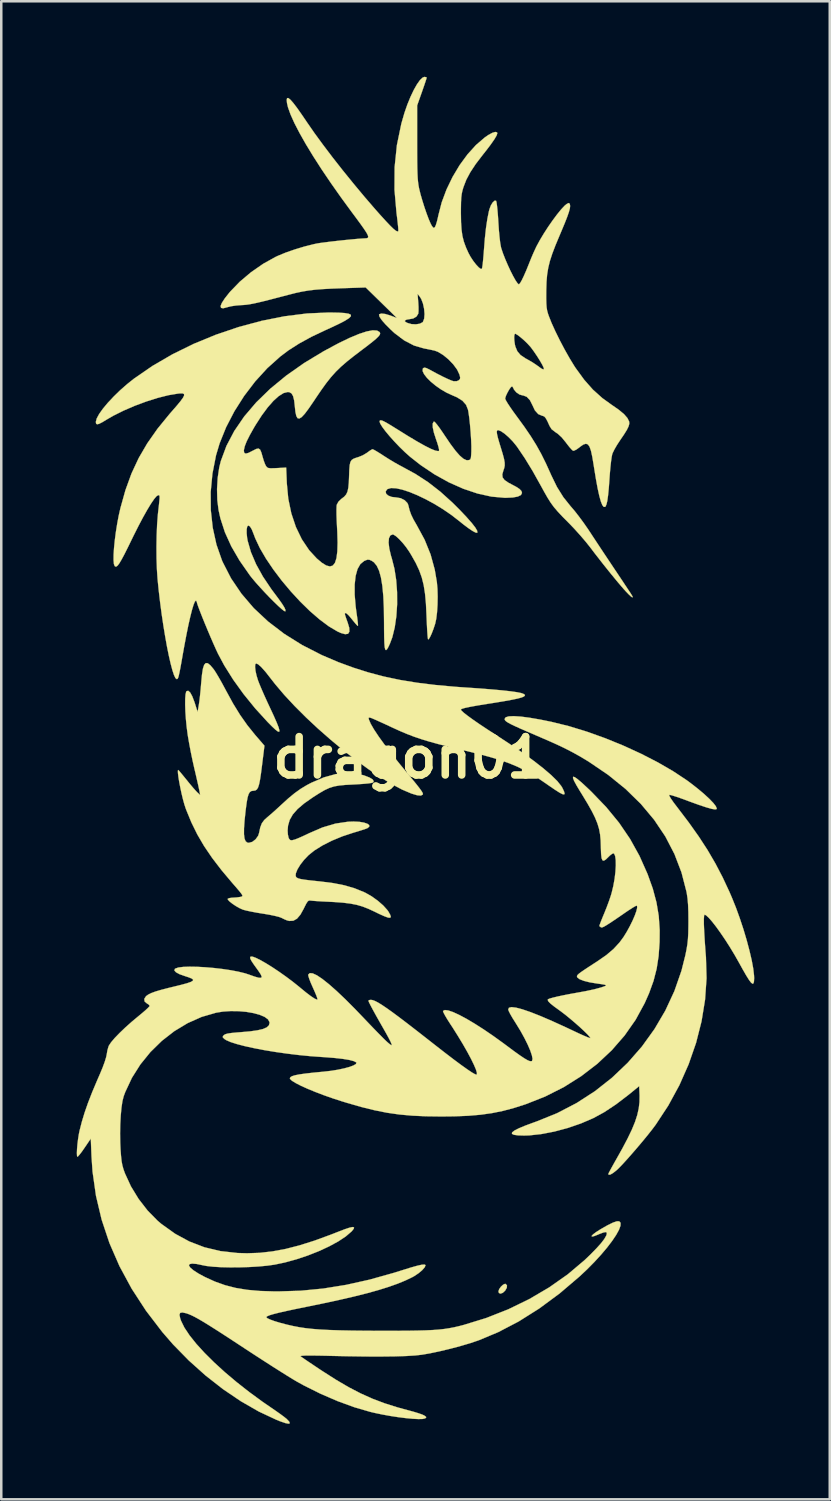
<source format=kicad_pcb>
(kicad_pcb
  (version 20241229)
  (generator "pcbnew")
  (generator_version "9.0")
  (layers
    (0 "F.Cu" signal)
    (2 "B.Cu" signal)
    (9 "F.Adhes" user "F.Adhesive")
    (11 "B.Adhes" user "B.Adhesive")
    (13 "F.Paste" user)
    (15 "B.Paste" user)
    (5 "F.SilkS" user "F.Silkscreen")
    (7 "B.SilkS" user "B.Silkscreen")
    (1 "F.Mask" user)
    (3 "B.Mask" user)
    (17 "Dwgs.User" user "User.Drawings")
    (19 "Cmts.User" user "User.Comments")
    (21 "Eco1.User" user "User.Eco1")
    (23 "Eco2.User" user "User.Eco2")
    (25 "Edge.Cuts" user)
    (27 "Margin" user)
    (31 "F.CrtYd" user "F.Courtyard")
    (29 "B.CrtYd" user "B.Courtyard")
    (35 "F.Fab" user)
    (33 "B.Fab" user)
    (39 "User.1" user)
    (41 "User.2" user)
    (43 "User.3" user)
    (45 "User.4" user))
  (footprint "dragon01"
    (layer "F.Cu")
    (at 13.191 27.054)
    (property "Reference" "dragon01" (at 0 0 0) (layer "F.SilkS") (effects (font (size 1.524 1.524) (thickness 0.3))))
    (attr through_hole)
    (fp_poly (pts (xy 3.845 20.911) (xy 3.904 20.968) (xy 3.897 21.067) (xy 3.831 21.181) (xy 3.736 21.268) (xy 3.646 21.299) (xy 3.583 21.273) (xy 3.565 21.209) (xy 3.594 21.12) (xy 3.664 21.022) (xy 3.751 20.943) (xy 3.828 20.909) (xy 3.845 20.911)) (stroke (width 0.01) (type solid)) (fill yes) (layer "F.SilkS"))
    (fp_poly (pts (xy 4.456 -1.63) (xy 4.807 -1.584) (xy 5.229 -1.511) (xy 5.682 -1.419) (xy 6.369 -1.249) (xy 7.083 -1.03) (xy 7.809 -0.77) (xy 8.53 -0.476) (xy 9.23 -0.155) (xy 9.894 0.186) (xy 10.505 0.54) (xy 11.049 0.9) (xy 11.207 1.017) (xy 11.491 1.239) (xy 11.74 1.449) (xy 11.946 1.639) (xy 12.103 1.802) (xy 12.203 1.932) (xy 12.24 2.021) (xy 12.235 2.045) (xy 12.177 2.059) (xy 12.041 2.037) (xy 11.828 1.977) (xy 11.535 1.88) (xy 11.164 1.746) (xy 11.037 1.698) (xy 10.815 1.617) (xy 10.619 1.55) (xy 10.467 1.502) (xy 10.375 1.48) (xy 10.357 1.479) (xy 10.355 1.519) (xy 10.413 1.622) (xy 10.529 1.789) (xy 10.677 1.983) (xy 11.132 2.582) (xy 11.529 3.142) (xy 11.878 3.679) (xy 12.189 4.213) (xy 12.474 4.759) (xy 12.743 5.335) (xy 12.846 5.574) (xy 13.005 5.969) (xy 13.157 6.39) (xy 13.3 6.823) (xy 13.428 7.253) (xy 13.538 7.666) (xy 13.627 8.047) (xy 13.689 8.382) (xy 13.721 8.657) (xy 13.725 8.759) (xy 13.719 8.89) (xy 13.7 8.967) (xy 13.663 8.986) (xy 13.605 8.943) (xy 13.522 8.834) (xy 13.41 8.656) (xy 13.266 8.405) (xy 13.127 8.153) (xy 12.952 7.844) (xy 12.766 7.536) (xy 12.576 7.239) (xy 12.389 6.964) (xy 12.213 6.719) (xy 12.053 6.514) (xy 11.917 6.36) (xy 11.813 6.265) (xy 11.754 6.239) (xy 11.736 6.282) (xy 11.727 6.411) (xy 11.728 6.62) (xy 11.74 6.906) (xy 11.761 7.266) (xy 11.791 7.695) (xy 11.81 7.929) (xy 11.834 8.766) (xy 11.775 9.618) (xy 11.635 10.477) (xy 11.417 11.335) (xy 11.122 12.184) (xy 10.754 13.016) (xy 10.315 13.823) (xy 9.813 14.587) (xy 9.675 14.771) (xy 9.499 14.994) (xy 9.297 15.24) (xy 9.082 15.495) (xy 8.866 15.745) (xy 8.661 15.977) (xy 8.479 16.176) (xy 8.332 16.327) (xy 8.263 16.392) (xy 8.119 16.506) (xy 8.01 16.569) (xy 7.945 16.574) (xy 7.932 16.543) (xy 7.953 16.494) (xy 8.011 16.384) (xy 8.097 16.227) (xy 8.202 16.039) (xy 8.226 15.998) (xy 8.485 15.536) (xy 8.696 15.136) (xy 8.864 14.787) (xy 8.991 14.479) (xy 9.081 14.201) (xy 9.139 13.942) (xy 9.169 13.691) (xy 9.173 13.438) (xy 9.171 13.378) (xy 9.157 13.053) (xy 8.738 13.395) (xy 8.238 13.777) (xy 7.764 14.091) (xy 7.33 14.327) (xy 6.841 14.537) (xy 6.321 14.716) (xy 5.79 14.858) (xy 5.274 14.958) (xy 4.792 15.011) (xy 4.582 15.017) (xy 4.339 15.01) (xy 4.178 14.987) (xy 4.101 14.949) (xy 4.106 14.894) (xy 4.197 14.821) (xy 4.372 14.731) (xy 4.632 14.622) (xy 4.979 14.494) (xy 5.081 14.458) (xy 5.895 14.129) (xy 6.668 13.727) (xy 7.397 13.256) (xy 8.075 12.721) (xy 8.699 12.128) (xy 9.264 11.482) (xy 9.764 10.788) (xy 10.197 10.051) (xy 10.556 9.277) (xy 10.837 8.47) (xy 10.994 7.845) (xy 11.04 7.614) (xy 11.073 7.412) (xy 11.094 7.213) (xy 11.107 6.993) (xy 11.112 6.726) (xy 11.114 6.506) (xy 11.111 6.142) (xy 11.1 5.847) (xy 11.079 5.601) (xy 11.047 5.384) (xy 11.036 5.327) (xy 10.838 4.561) (xy 10.558 3.83) (xy 10.196 3.132) (xy 9.751 2.469) (xy 9.225 1.841) (xy 8.617 1.247) (xy 7.928 0.688) (xy 7.157 0.164) (xy 7.003 0.07) (xy 6.755 -0.076) (xy 6.514 -0.21) (xy 6.264 -0.339) (xy 5.989 -0.473) (xy 5.67 -0.618) (xy 5.292 -0.783) (xy 5.102 -0.865) (xy 4.739 -1.021) (xy 4.45 -1.147) (xy 4.227 -1.248) (xy 4.062 -1.327) (xy 3.946 -1.39) (xy 3.871 -1.44) (xy 3.829 -1.481) (xy 3.812 -1.518) (xy 3.81 -1.537) (xy 3.852 -1.602) (xy 3.975 -1.639) (xy 4.178 -1.648) (xy 4.456 -1.63)) (stroke (width 0.01) (type solid)) (fill yes) (layer "F.SilkS"))
    (fp_poly (pts (xy -7.986 -3.751) (xy -7.886 -3.672) (xy -7.761 -3.524) (xy -7.732 -3.485) (xy -7.657 -3.37) (xy -7.553 -3.195) (xy -7.432 -2.982) (xy -7.307 -2.751) (xy -7.259 -2.661) (xy -6.978 -2.146) (xy -6.701 -1.696) (xy -6.415 -1.289) (xy -6.105 -0.904) (xy -6.077 -0.872) (xy -5.733 -0.474) (xy -5.829 0.301) (xy -5.871 0.629) (xy -5.909 0.879) (xy -5.946 1.06) (xy -5.986 1.185) (xy -6.032 1.262) (xy -6.087 1.302) (xy -6.156 1.316) (xy -6.173 1.316) (xy -6.252 1.328) (xy -6.314 1.37) (xy -6.363 1.453) (xy -6.404 1.588) (xy -6.44 1.788) (xy -6.476 2.063) (xy -6.483 2.122) (xy -6.524 2.507) (xy -6.545 2.812) (xy -6.546 3.045) (xy -6.526 3.211) (xy -6.484 3.319) (xy -6.42 3.374) (xy -6.355 3.387) (xy -6.215 3.347) (xy -6.083 3.245) (xy -5.983 3.104) (xy -5.947 2.994) (xy -5.899 2.771) (xy -5.836 2.608) (xy -5.741 2.479) (xy -5.623 2.372) (xy -5.498 2.266) (xy -5.335 2.123) (xy -5.162 1.965) (xy -5.081 1.89) (xy -4.792 1.626) (xy -4.538 1.416) (xy -4.298 1.244) (xy -4.052 1.095) (xy -3.869 0.999) (xy -3.374 0.786) (xy -2.902 0.655) (xy -2.454 0.607) (xy -2.033 0.641) (xy -1.775 0.707) (xy -1.559 0.791) (xy -1.431 0.869) (xy -1.391 0.94) (xy -1.415 0.988) (xy -1.476 1.006) (xy -1.611 1.026) (xy -1.807 1.044) (xy -2.049 1.06) (xy -2.194 1.068) (xy -2.51 1.084) (xy -2.761 1.108) (xy -2.967 1.145) (xy -3.153 1.204) (xy -3.34 1.29) (xy -3.551 1.413) (xy -3.809 1.577) (xy -3.811 1.579) (xy -4.153 1.818) (xy -4.416 2.042) (xy -4.606 2.258) (xy -4.731 2.477) (xy -4.797 2.707) (xy -4.812 2.899) (xy -4.802 3.054) (xy -4.775 3.18) (xy -4.753 3.228) (xy -4.705 3.277) (xy -4.643 3.286) (xy -4.533 3.257) (xy -4.519 3.253) (xy -4.4 3.207) (xy -4.231 3.133) (xy -4.042 3.045) (xy -3.966 3.008) (xy -3.425 2.774) (xy -2.908 2.621) (xy -2.408 2.547) (xy -2.192 2.54) (xy -1.965 2.551) (xy -1.78 2.582) (xy -1.645 2.627) (xy -1.571 2.682) (xy -1.568 2.743) (xy -1.638 2.801) (xy -1.71 2.83) (xy -1.848 2.876) (xy -2.03 2.933) (xy -2.206 2.985) (xy -2.638 3.128) (xy -3.051 3.299) (xy -3.426 3.489) (xy -3.746 3.688) (xy -3.977 3.873) (xy -4.158 4.061) (xy -4.309 4.255) (xy -4.422 4.44) (xy -4.485 4.597) (xy -4.493 4.688) (xy -4.48 4.734) (xy -4.448 4.77) (xy -4.386 4.8) (xy -4.284 4.827) (xy -4.129 4.852) (xy -3.912 4.879) (xy -3.62 4.91) (xy -3.514 4.921) (xy -2.997 4.987) (xy -2.548 5.076) (xy -2.148 5.194) (xy -1.779 5.344) (xy -1.715 5.374) (xy -1.47 5.514) (xy -1.228 5.688) (xy -1.013 5.876) (xy -0.849 6.058) (xy -0.805 6.122) (xy -0.735 6.247) (xy -0.711 6.328) (xy -0.739 6.364) (xy -0.823 6.356) (xy -0.971 6.302) (xy -1.187 6.205) (xy -1.349 6.125) (xy -1.601 6.008) (xy -1.834 5.917) (xy -2.068 5.849) (xy -2.321 5.8) (xy -2.614 5.764) (xy -2.966 5.738) (xy -3.186 5.727) (xy -3.421 5.716) (xy -3.631 5.703) (xy -3.795 5.691) (xy -3.896 5.681) (xy -3.909 5.679) (xy -3.963 5.678) (xy -4.012 5.712) (xy -4.068 5.795) (xy -4.143 5.941) (xy -4.169 5.996) (xy -4.304 6.24) (xy -4.44 6.4) (xy -4.585 6.481) (xy -4.746 6.49) (xy -4.835 6.468) (xy -4.937 6.426) (xy -5.058 6.366) (xy -5.06 6.365) (xy -5.154 6.33) (xy -5.315 6.289) (xy -5.522 6.246) (xy -5.754 6.206) (xy -5.795 6.2) (xy -6.036 6.161) (xy -6.262 6.118) (xy -6.451 6.078) (xy -6.578 6.044) (xy -6.589 6.041) (xy -6.721 5.982) (xy -6.866 5.9) (xy -7.004 5.808) (xy -7.117 5.719) (xy -7.185 5.647) (xy -7.194 5.611) (xy -7.138 5.584) (xy -7.027 5.567) (xy -6.982 5.565) (xy -6.83 5.555) (xy -6.695 5.536) (xy -6.675 5.531) (xy -6.631 5.519) (xy -6.609 5.498) (xy -6.617 5.46) (xy -6.661 5.393) (xy -6.746 5.287) (xy -6.879 5.131) (xy -7.002 4.991) (xy -7.44 4.47) (xy -7.813 3.983) (xy -8.131 3.515) (xy -8.402 3.051) (xy -8.636 2.575) (xy -8.843 2.072) (xy -8.866 2.009) (xy -8.918 1.849) (xy -8.973 1.648) (xy -9.027 1.424) (xy -9.076 1.193) (xy -9.119 0.971) (xy -9.151 0.774) (xy -9.17 0.617) (xy -9.173 0.518) (xy -9.16 0.49) (xy -9.127 0.523) (xy -9.051 0.611) (xy -8.943 0.742) (xy -8.831 0.88) (xy -8.693 1.05) (xy -8.562 1.205) (xy -8.456 1.324) (xy -8.404 1.379) (xy -8.287 1.487) (xy -8.314 1.334) (xy -8.334 1.24) (xy -8.369 1.077) (xy -8.418 0.864) (xy -8.474 0.619) (xy -8.518 0.434) (xy -8.587 0.126) (xy -8.657 -0.211) (xy -8.72 -0.542) (xy -8.771 -0.834) (xy -8.785 -0.925) (xy -8.825 -1.23) (xy -8.855 -1.537) (xy -8.875 -1.833) (xy -8.884 -2.104) (xy -8.882 -2.334) (xy -8.869 -2.51) (xy -8.844 -2.618) (xy -8.831 -2.638) (xy -8.763 -2.657) (xy -8.686 -2.59) (xy -8.603 -2.44) (xy -8.515 -2.211) (xy -8.495 -2.15) (xy -8.389 -1.813) (xy -8.34 -2.099) (xy -8.317 -2.255) (xy -8.292 -2.473) (xy -8.267 -2.722) (xy -8.246 -2.975) (xy -8.245 -2.981) (xy -8.215 -3.301) (xy -8.178 -3.534) (xy -8.129 -3.685) (xy -8.066 -3.756) (xy -7.986 -3.751)) (stroke (width 0.01) (type solid)) (fill yes) (layer "F.SilkS"))
    (fp_poly (pts (xy -3.103 -17.686) (xy -2.788 -17.68) (xy -2.548 -17.665) (xy -2.386 -17.638) (xy -2.302 -17.598) (xy -2.297 -17.54) (xy -2.371 -17.463) (xy -2.526 -17.364) (xy -2.762 -17.241) (xy -3.08 -17.09) (xy -3.32 -16.981) (xy -3.876 -16.717) (xy -4.358 -16.452) (xy -4.783 -16.18) (xy -5.107 -15.936) (xy -5.619 -15.476) (xy -6.1 -14.95) (xy -6.539 -14.374) (xy -6.928 -13.762) (xy -7.256 -13.13) (xy -7.514 -12.491) (xy -7.658 -12.009) (xy -7.8 -11.284) (xy -7.869 -10.556) (xy -7.865 -9.835) (xy -7.788 -9.134) (xy -7.64 -8.464) (xy -7.421 -7.837) (xy -7.393 -7.772) (xy -7.061 -7.124) (xy -6.648 -6.514) (xy -6.158 -5.941) (xy -5.591 -5.41) (xy -4.95 -4.92) (xy -4.237 -4.474) (xy -3.453 -4.073) (xy -2.809 -3.798) (xy -2.202 -3.575) (xy -1.599 -3.384) (xy -0.986 -3.222) (xy -0.347 -3.087) (xy 0.331 -2.976) (xy 1.062 -2.886) (xy 1.86 -2.814) (xy 2.277 -2.785) (xy 2.821 -2.748) (xy 3.298 -2.71) (xy 3.706 -2.673) (xy 4.04 -2.636) (xy 4.296 -2.6) (xy 4.47 -2.565) (xy 4.549 -2.538) (xy 4.618 -2.494) (xy 4.611 -2.458) (xy 4.574 -2.428) (xy 4.492 -2.392) (xy 4.333 -2.348) (xy 4.095 -2.298) (xy 3.775 -2.24) (xy 3.37 -2.173) (xy 3.142 -2.138) (xy 2.753 -2.075) (xy 2.453 -2.021) (xy 2.239 -1.976) (xy 2.111 -1.938) (xy 2.07 -1.913) (xy 2.094 -1.869) (xy 2.187 -1.783) (xy 2.343 -1.661) (xy 2.557 -1.506) (xy 2.82 -1.324) (xy 3.127 -1.12) (xy 3.431 -0.923) (xy 4.005 -0.548) (xy 4.518 -0.197) (xy 4.966 0.128) (xy 5.347 0.425) (xy 5.657 0.691) (xy 5.895 0.924) (xy 6.056 1.122) (xy 6.108 1.209) (xy 6.17 1.341) (xy 6.194 1.426) (xy 6.176 1.464) (xy 6.11 1.452) (xy 5.991 1.391) (xy 5.813 1.278) (xy 5.571 1.113) (xy 5.503 1.065) (xy 5.187 0.849) (xy 4.892 0.663) (xy 4.605 0.501) (xy 4.313 0.358) (xy 4.003 0.229) (xy 3.662 0.108) (xy 3.277 -0.01) (xy 2.836 -0.13) (xy 2.325 -0.257) (xy 2.098 -0.311) (xy 1.606 -0.429) (xy 1.187 -0.535) (xy 0.824 -0.635) (xy 0.504 -0.732) (xy 0.21 -0.832) (xy -0.073 -0.941) (xy -0.359 -1.062) (xy -0.664 -1.201) (xy -0.713 -1.224) (xy -0.948 -1.334) (xy -1.162 -1.431) (xy -1.338 -1.51) (xy -1.461 -1.563) (xy -1.508 -1.581) (xy -1.583 -1.595) (xy -1.594 -1.556) (xy -1.581 -1.508) (xy -1.51 -1.343) (xy -1.38 -1.118) (xy -1.195 -0.839) (xy -0.958 -0.512) (xy -0.674 -0.141) (xy -0.345 0.269) (xy -0.181 0.468) (xy 0.052 0.75) (xy 0.234 0.971) (xy 0.369 1.14) (xy 0.464 1.265) (xy 0.525 1.353) (xy 0.556 1.411) (xy 0.564 1.449) (xy 0.558 1.469) (xy 0.483 1.508) (xy 0.336 1.496) (xy 0.118 1.431) (xy 0.111 1.429) (xy -0.258 1.273) (xy -0.673 1.054) (xy -1.124 0.779) (xy -1.603 0.458) (xy -2.1 0.096) (xy -2.606 -0.298) (xy -3.111 -0.718) (xy -3.608 -1.155) (xy -4.085 -1.601) (xy -4.534 -2.05) (xy -4.947 -2.494) (xy -5.313 -2.926) (xy -5.488 -3.15) (xy -5.69 -3.408) (xy -5.856 -3.594) (xy -5.983 -3.707) (xy -6.066 -3.743) (xy -6.099 -3.704) (xy -6.105 -3.599) (xy -6.088 -3.446) (xy -6.049 -3.266) (xy -5.991 -3.075) (xy -5.988 -3.066) (xy -5.93 -2.916) (xy -5.842 -2.707) (xy -5.733 -2.459) (xy -5.613 -2.195) (xy -5.523 -2.002) (xy -5.364 -1.661) (xy -5.247 -1.395) (xy -5.171 -1.203) (xy -5.138 -1.081) (xy -5.147 -1.027) (xy -5.199 -1.037) (xy -5.295 -1.11) (xy -5.435 -1.241) (xy -5.605 -1.413) (xy -6.102 -1.958) (xy -6.563 -2.526) (xy -6.976 -3.1) (xy -7.33 -3.664) (xy -7.575 -4.122) (xy -7.663 -4.309) (xy -7.765 -4.538) (xy -7.876 -4.794) (xy -7.99 -5.063) (xy -8.102 -5.332) (xy -8.205 -5.586) (xy -8.294 -5.813) (xy -8.364 -5.998) (xy -8.408 -6.128) (xy -8.422 -6.186) (xy -8.447 -6.236) (xy -8.46 -6.239) (xy -8.5 -6.195) (xy -8.551 -6.07) (xy -8.612 -5.869) (xy -8.681 -5.597) (xy -8.757 -5.262) (xy -8.837 -4.868) (xy -8.921 -4.423) (xy -8.978 -4.106) (xy -9.034 -3.786) (xy -9.078 -3.544) (xy -9.113 -3.368) (xy -9.14 -3.248) (xy -9.163 -3.174) (xy -9.184 -3.135) (xy -9.206 -3.121) (xy -9.22 -3.119) (xy -9.271 -3.162) (xy -9.329 -3.286) (xy -9.393 -3.481) (xy -9.462 -3.741) (xy -9.534 -4.056) (xy -9.607 -4.419) (xy -9.679 -4.821) (xy -9.75 -5.254) (xy -9.818 -5.71) (xy -9.88 -6.18) (xy -9.936 -6.657) (xy -9.981 -7.108) (xy -10.006 -7.482) (xy -10.021 -7.913) (xy -10.024 -8.373) (xy -10.016 -8.834) (xy -9.998 -9.268) (xy -9.969 -9.649) (xy -9.96 -9.737) (xy -9.93 -9.998) (xy -9.911 -10.183) (xy -9.9 -10.306) (xy -9.9 -10.378) (xy -9.909 -10.414) (xy -9.927 -10.426) (xy -9.954 -10.427) (xy -9.957 -10.427) (xy -10.021 -10.388) (xy -10.118 -10.273) (xy -10.242 -10.091) (xy -10.39 -9.847) (xy -10.558 -9.548) (xy -10.741 -9.202) (xy -10.936 -8.814) (xy -10.999 -8.685) (xy -11.166 -8.342) (xy -11.301 -8.074) (xy -11.409 -7.872) (xy -11.493 -7.73) (xy -11.558 -7.64) (xy -11.609 -7.596) (xy -11.651 -7.59) (xy -11.684 -7.611) (xy -11.715 -7.693) (xy -11.729 -7.849) (xy -11.727 -8.066) (xy -11.71 -8.332) (xy -11.68 -8.633) (xy -11.638 -8.956) (xy -11.585 -9.29) (xy -11.523 -9.62) (xy -11.456 -9.915) (xy -11.256 -10.63) (xy -11.018 -11.285) (xy -10.732 -11.899) (xy -10.389 -12.488) (xy -9.981 -13.07) (xy -9.499 -13.66) (xy -9.442 -13.725) (xy -9.227 -13.972) (xy -9.071 -14.16) (xy -8.971 -14.297) (xy -8.925 -14.39) (xy -8.929 -14.446) (xy -8.982 -14.471) (xy -9.081 -14.473) (xy -9.173 -14.464) (xy -9.548 -14.401) (xy -9.973 -14.294) (xy -10.426 -14.151) (xy -10.886 -13.98) (xy -11.329 -13.789) (xy -11.735 -13.587) (xy -11.989 -13.44) (xy -12.178 -13.326) (xy -12.306 -13.262) (xy -12.383 -13.244) (xy -12.422 -13.27) (xy -12.433 -13.338) (xy -12.433 -13.341) (xy -12.398 -13.476) (xy -12.301 -13.655) (xy -12.151 -13.866) (xy -11.955 -14.101) (xy -11.722 -14.349) (xy -11.463 -14.601) (xy -11.184 -14.846) (xy -10.915 -15.06) (xy -10.182 -15.565) (xy -9.387 -16.027) (xy -8.542 -16.442) (xy -7.662 -16.804) (xy -6.758 -17.11) (xy -5.844 -17.356) (xy -4.933 -17.537) (xy -4.037 -17.649) (xy -3.17 -17.687) (xy -3.103 -17.686)) (stroke (width 0.01) (type solid)) (fill yes) (layer "F.SilkS"))
    (fp_poly (pts (xy -1.259 -16.969) (xy -1.158 -16.91) (xy -1.136 -16.865) (xy -1.147 -16.811) (xy -1.198 -16.74) (xy -1.296 -16.644) (xy -1.447 -16.518) (xy -1.659 -16.352) (xy -1.849 -16.209) (xy -2.183 -15.955) (xy -2.46 -15.734) (xy -2.693 -15.532) (xy -2.897 -15.333) (xy -3.086 -15.122) (xy -3.275 -14.884) (xy -3.476 -14.605) (xy -3.705 -14.268) (xy -3.78 -14.155) (xy -3.975 -13.87) (xy -4.131 -13.662) (xy -4.254 -13.53) (xy -4.348 -13.473) (xy -4.418 -13.488) (xy -4.467 -13.575) (xy -4.502 -13.732) (xy -4.524 -13.939) (xy -4.552 -14.19) (xy -4.595 -14.364) (xy -4.657 -14.47) (xy -4.743 -14.52) (xy -4.806 -14.527) (xy -4.972 -14.486) (xy -5.164 -14.367) (xy -5.376 -14.176) (xy -5.604 -13.917) (xy -5.841 -13.597) (xy -6.084 -13.22) (xy -6.137 -13.132) (xy -6.313 -12.82) (xy -6.438 -12.571) (xy -6.515 -12.375) (xy -6.549 -12.225) (xy -6.551 -12.187) (xy -6.533 -12.106) (xy -6.474 -12.08) (xy -6.364 -12.11) (xy -6.195 -12.196) (xy -6.191 -12.198) (xy -6.058 -12.265) (xy -5.969 -12.282) (xy -5.906 -12.239) (xy -5.856 -12.126) (xy -5.809 -11.96) (xy -5.761 -11.799) (xy -5.708 -11.658) (xy -5.674 -11.592) (xy -5.635 -11.54) (xy -5.585 -11.51) (xy -5.505 -11.498) (xy -5.371 -11.499) (xy -5.238 -11.505) (xy -4.87 -11.525) (xy -4.844 -10.898) (xy -4.786 -10.285) (xy -4.665 -9.704) (xy -4.484 -9.164) (xy -4.247 -8.674) (xy -3.958 -8.244) (xy -3.659 -7.918) (xy -3.451 -7.742) (xy -3.276 -7.634) (xy -3.131 -7.596) (xy -3.017 -7.631) (xy -2.931 -7.741) (xy -2.871 -7.928) (xy -2.837 -8.194) (xy -2.827 -8.542) (xy -2.839 -8.973) (xy -2.849 -9.157) (xy -2.862 -9.418) (xy -2.87 -9.657) (xy -2.871 -9.855) (xy -2.866 -9.995) (xy -2.859 -10.049) (xy -2.793 -10.17) (xy -2.678 -10.281) (xy -2.671 -10.285) (xy -2.563 -10.368) (xy -2.486 -10.457) (xy -2.433 -10.571) (xy -2.4 -10.726) (xy -2.38 -10.938) (xy -2.37 -11.193) (xy -2.361 -11.446) (xy -2.346 -11.625) (xy -2.317 -11.747) (xy -2.268 -11.826) (xy -2.189 -11.878) (xy -2.075 -11.92) (xy -2.005 -11.94) (xy -1.838 -12.007) (xy -1.675 -12.102) (xy -1.642 -12.126) (xy -1.536 -12.203) (xy -1.456 -12.249) (xy -1.435 -12.254) (xy -1.382 -12.231) (xy -1.272 -12.168) (xy -1.123 -12.076) (xy -0.996 -11.993) (xy -0.785 -11.859) (xy -0.557 -11.722) (xy -0.347 -11.605) (xy -0.27 -11.565) (xy 0.273 -11.268) (xy 0.775 -10.941) (xy 1.255 -10.568) (xy 1.734 -10.136) (xy 2.028 -9.843) (xy 2.3 -9.555) (xy 2.507 -9.32) (xy 2.647 -9.139) (xy 2.72 -9.013) (xy 2.726 -8.942) (xy 2.716 -8.933) (xy 2.655 -8.943) (xy 2.537 -9.006) (xy 2.374 -9.115) (xy 2.175 -9.264) (xy 1.991 -9.412) (xy 1.683 -9.65) (xy 1.354 -9.875) (xy 1.014 -10.083) (xy 0.672 -10.268) (xy 0.34 -10.427) (xy 0.026 -10.556) (xy -0.259 -10.649) (xy -0.504 -10.702) (xy -0.701 -10.712) (xy -0.838 -10.673) (xy -0.858 -10.659) (xy -0.916 -10.573) (xy -0.898 -10.486) (xy -0.815 -10.412) (xy -0.679 -10.359) (xy -0.501 -10.338) (xy -0.498 -10.338) (xy -0.32 -10.308) (xy -0.162 -10.228) (xy -0.052 -10.116) (xy -0.019 -10.039) (xy 0.033 -9.83) (xy 0.098 -9.649) (xy 0.188 -9.463) (xy 0.317 -9.239) (xy 0.632 -8.657) (xy 0.868 -8.075) (xy 1.033 -7.473) (xy 1.118 -6.974) (xy 1.142 -6.701) (xy 1.15 -6.394) (xy 1.144 -6.078) (xy 1.125 -5.776) (xy 1.093 -5.513) (xy 1.05 -5.315) (xy 1.049 -5.313) (xy 0.98 -5.105) (xy 0.91 -4.925) (xy 0.846 -4.788) (xy 0.796 -4.708) (xy 0.769 -4.697) (xy 0.758 -4.749) (xy 0.746 -4.876) (xy 0.733 -5.065) (xy 0.721 -5.302) (xy 0.709 -5.574) (xy 0.706 -5.65) (xy 0.684 -6.115) (xy 0.648 -6.509) (xy 0.595 -6.85) (xy 0.519 -7.156) (xy 0.415 -7.445) (xy 0.279 -7.735) (xy 0.105 -8.043) (xy 0.021 -8.182) (xy -0.103 -8.361) (xy -0.242 -8.534) (xy -0.382 -8.685) (xy -0.508 -8.799) (xy -0.606 -8.861) (xy -0.636 -8.868) (xy -0.731 -8.829) (xy -0.786 -8.718) (xy -0.8 -8.542) (xy -0.773 -8.309) (xy -0.706 -8.025) (xy -0.671 -7.911) (xy -0.568 -7.505) (xy -0.498 -7.053) (xy -0.463 -6.575) (xy -0.461 -6.09) (xy -0.492 -5.617) (xy -0.556 -5.174) (xy -0.652 -4.782) (xy -0.745 -4.534) (xy -0.81 -4.394) (xy -0.862 -4.305) (xy -0.903 -4.27) (xy -0.933 -4.296) (xy -0.955 -4.388) (xy -0.968 -4.549) (xy -0.976 -4.786) (xy -0.98 -5.104) (xy -0.981 -5.359) (xy -0.988 -5.929) (xy -1.01 -6.417) (xy -1.049 -6.825) (xy -1.104 -7.159) (xy -1.177 -7.423) (xy -1.269 -7.621) (xy -1.38 -7.758) (xy -1.469 -7.82) (xy -1.567 -7.863) (xy -1.644 -7.865) (xy -1.746 -7.825) (xy -1.774 -7.812) (xy -1.922 -7.69) (xy -2.035 -7.491) (xy -2.11 -7.22) (xy -2.148 -6.879) (xy -2.148 -6.474) (xy -2.109 -6.01) (xy -2.075 -5.755) (xy -2.046 -5.554) (xy -2.026 -5.387) (xy -2.016 -5.274) (xy -2.017 -5.232) (xy -2.051 -5.255) (xy -2.124 -5.334) (xy -2.221 -5.453) (xy -2.243 -5.481) (xy -2.377 -5.642) (xy -2.473 -5.731) (xy -2.527 -5.747) (xy -2.54 -5.709) (xy -2.525 -5.651) (xy -2.486 -5.533) (xy -2.432 -5.383) (xy -2.428 -5.373) (xy -2.363 -5.156) (xy -2.358 -5.005) (xy -2.411 -4.921) (xy -2.525 -4.904) (xy -2.698 -4.952) (xy -2.832 -5.013) (xy -3.175 -5.216) (xy -3.542 -5.49) (xy -3.924 -5.82) (xy -4.309 -6.196) (xy -4.687 -6.606) (xy -5.047 -7.035) (xy -5.379 -7.474) (xy -5.673 -7.909) (xy -5.917 -8.328) (xy -6.101 -8.719) (xy -6.155 -8.863) (xy -6.236 -9.067) (xy -6.309 -9.186) (xy -6.376 -9.224) (xy -6.417 -9.184) (xy -6.439 -9.075) (xy -6.44 -8.917) (xy -6.421 -8.727) (xy -6.401 -8.617) (xy -6.271 -8.166) (xy -6.067 -7.687) (xy -5.794 -7.193) (xy -5.458 -6.693) (xy -5.373 -6.579) (xy -5.176 -6.315) (xy -5.033 -6.114) (xy -4.942 -5.968) (xy -4.899 -5.871) (xy -4.9 -5.819) (xy -4.908 -5.811) (xy -4.956 -5.831) (xy -5.052 -5.906) (xy -5.187 -6.028) (xy -5.35 -6.185) (xy -5.531 -6.366) (xy -5.719 -6.563) (xy -5.904 -6.763) (xy -6.077 -6.956) (xy -6.226 -7.133) (xy -6.311 -7.241) (xy -6.721 -7.828) (xy -7.051 -8.396) (xy -7.304 -8.954) (xy -7.484 -9.51) (xy -7.556 -9.834) (xy -7.606 -10.233) (xy -7.617 -10.671) (xy -7.591 -11.115) (xy -7.529 -11.532) (xy -7.466 -11.786) (xy -7.242 -12.388) (xy -6.932 -12.978) (xy -6.537 -13.555) (xy -6.06 -14.115) (xy -5.503 -14.657) (xy -4.868 -15.179) (xy -4.158 -15.678) (xy -3.374 -16.152) (xy -2.773 -16.474) (xy -2.343 -16.681) (xy -1.976 -16.834) (xy -1.671 -16.934) (xy -1.432 -16.979) (xy -1.259 -16.969)) (stroke (width 0.01) (type solid)) (fill yes) (layer "F.SilkS"))
    (fp_poly (pts (xy 0.696 -27.036) (xy 0.713 -27.018) (xy 0.699 -26.967) (xy 0.661 -26.849) (xy 0.604 -26.68) (xy 0.534 -26.478) (xy 0.524 -26.45) (xy 0.334 -25.912) (xy 0.334 -24.442) (xy 0.335 -24.024) (xy 0.337 -23.684) (xy 0.341 -23.41) (xy 0.348 -23.19) (xy 0.357 -23.013) (xy 0.371 -22.868) (xy 0.388 -22.742) (xy 0.41 -22.624) (xy 0.417 -22.593) (xy 0.47 -22.378) (xy 0.542 -22.131) (xy 0.623 -21.873) (xy 0.709 -21.623) (xy 0.792 -21.401) (xy 0.866 -21.229) (xy 0.915 -21.135) (xy 0.972 -21.059) (xy 1.011 -21.052) (xy 1.047 -21.092) (xy 1.08 -21.169) (xy 1.122 -21.307) (xy 1.164 -21.484) (xy 1.179 -21.555) (xy 1.311 -22.066) (xy 1.502 -22.576) (xy 1.742 -23.073) (xy 2.022 -23.542) (xy 2.335 -23.969) (xy 2.671 -24.341) (xy 3.021 -24.642) (xy 3.161 -24.739) (xy 3.321 -24.826) (xy 3.441 -24.862) (xy 3.509 -24.844) (xy 3.52 -24.807) (xy 3.491 -24.719) (xy 3.404 -24.571) (xy 3.265 -24.37) (xy 3.076 -24.121) (xy 2.936 -23.945) (xy 2.66 -23.584) (xy 2.447 -23.261) (xy 2.287 -22.961) (xy 2.174 -22.668) (xy 2.171 -22.659) (xy 2.132 -22.525) (xy 2.105 -22.395) (xy 2.087 -22.249) (xy 2.078 -22.067) (xy 2.074 -21.829) (xy 2.073 -21.635) (xy 2.079 -21.274) (xy 2.098 -20.98) (xy 2.133 -20.73) (xy 2.19 -20.503) (xy 2.273 -20.276) (xy 2.371 -20.057) (xy 2.458 -19.896) (xy 2.563 -19.737) (xy 2.673 -19.595) (xy 2.776 -19.484) (xy 2.857 -19.421) (xy 2.904 -19.418) (xy 2.919 -19.473) (xy 2.938 -19.601) (xy 2.957 -19.787) (xy 2.977 -20.013) (xy 2.988 -20.166) (xy 3.025 -20.629) (xy 3.071 -21.05) (xy 3.126 -21.416) (xy 3.186 -21.712) (xy 3.209 -21.798) (xy 3.265 -21.945) (xy 3.336 -22.06) (xy 3.408 -22.127) (xy 3.467 -22.128) (xy 3.471 -22.124) (xy 3.488 -22.067) (xy 3.507 -21.936) (xy 3.527 -21.746) (xy 3.546 -21.513) (xy 3.561 -21.278) (xy 3.582 -20.961) (xy 3.608 -20.679) (xy 3.636 -20.447) (xy 3.666 -20.281) (xy 3.676 -20.242) (xy 3.745 -20.036) (xy 3.834 -19.809) (xy 3.935 -19.574) (xy 4.04 -19.347) (xy 4.144 -19.142) (xy 4.238 -18.973) (xy 4.316 -18.857) (xy 4.37 -18.806) (xy 4.376 -18.805) (xy 4.419 -18.845) (xy 4.486 -18.958) (xy 4.571 -19.133) (xy 4.67 -19.358) (xy 4.777 -19.622) (xy 4.78 -19.631) (xy 4.868 -19.85) (xy 4.966 -20.078) (xy 5.057 -20.274) (xy 5.08 -20.322) (xy 5.21 -20.561) (xy 5.366 -20.822) (xy 5.538 -21.088) (xy 5.717 -21.346) (xy 5.892 -21.581) (xy 6.052 -21.778) (xy 6.187 -21.924) (xy 6.27 -21.993) (xy 6.347 -22.036) (xy 6.385 -22.024) (xy 6.403 -21.986) (xy 6.413 -21.919) (xy 6.402 -21.821) (xy 6.365 -21.682) (xy 6.3 -21.495) (xy 6.204 -21.249) (xy 6.074 -20.937) (xy 5.995 -20.75) (xy 5.831 -20.358) (xy 5.704 -20.025) (xy 5.609 -19.733) (xy 5.543 -19.462) (xy 5.499 -19.192) (xy 5.475 -18.905) (xy 5.465 -18.581) (xy 5.464 -18.515) (xy 5.463 -18.245) (xy 5.468 -18.044) (xy 5.479 -17.891) (xy 5.499 -17.766) (xy 5.531 -17.649) (xy 5.562 -17.557) (xy 5.674 -17.274) (xy 5.825 -16.941) (xy 6.003 -16.58) (xy 6.196 -16.214) (xy 6.392 -15.867) (xy 6.579 -15.561) (xy 6.63 -15.483) (xy 6.971 -15.015) (xy 7.32 -14.62) (xy 7.693 -14.285) (xy 8.058 -14.022) (xy 8.346 -13.822) (xy 8.555 -13.648) (xy 8.69 -13.493) (xy 8.759 -13.352) (xy 8.76 -13.348) (xy 8.764 -13.265) (xy 8.735 -13.16) (xy 8.667 -13.021) (xy 8.553 -12.838) (xy 8.389 -12.597) (xy 8.389 -12.597) (xy 8.273 -12.419) (xy 8.172 -12.244) (xy 8.102 -12.1) (xy 8.086 -12.056) (xy 8.064 -11.947) (xy 8.039 -11.769) (xy 8.014 -11.541) (xy 7.991 -11.282) (xy 7.977 -11.09) (xy 7.95 -10.714) (xy 7.921 -10.422) (xy 7.891 -10.206) (xy 7.857 -10.061) (xy 7.82 -9.979) (xy 7.802 -9.962) (xy 7.748 -9.963) (xy 7.692 -10.034) (xy 7.634 -10.179) (xy 7.572 -10.4) (xy 7.506 -10.701) (xy 7.436 -11.084) (xy 7.36 -11.552) (xy 7.348 -11.628) (xy 7.294 -11.951) (xy 7.242 -12.19) (xy 7.185 -12.353) (xy 7.119 -12.445) (xy 7.039 -12.472) (xy 6.94 -12.441) (xy 6.817 -12.357) (xy 6.776 -12.323) (xy 6.662 -12.241) (xy 6.568 -12.196) (xy 6.529 -12.193) (xy 6.476 -12.239) (xy 6.387 -12.338) (xy 6.28 -12.474) (xy 6.244 -12.523) (xy 6.078 -12.726) (xy 5.923 -12.869) (xy 5.846 -12.919) (xy 5.677 -13.049) (xy 5.597 -13.177) (xy 5.513 -13.362) (xy 5.45 -13.479) (xy 5.396 -13.545) (xy 5.339 -13.576) (xy 5.301 -13.584) (xy 5.146 -13.65) (xy 5.013 -13.798) (xy 4.916 -14.003) (xy 4.816 -14.202) (xy 4.69 -14.336) (xy 4.547 -14.392) (xy 4.523 -14.393) (xy 4.4 -14.428) (xy 4.275 -14.514) (xy 4.183 -14.623) (xy 4.166 -14.662) (xy 4.128 -14.733) (xy 4.101 -14.75) (xy 4.054 -14.713) (xy 3.989 -14.621) (xy 3.921 -14.5) (xy 3.864 -14.379) (xy 3.834 -14.283) (xy 3.832 -14.265) (xy 3.858 -14.201) (xy 3.929 -14.08) (xy 4.037 -13.916) (xy 4.173 -13.722) (xy 4.292 -13.56) (xy 4.594 -13.146) (xy 4.848 -12.773) (xy 5.068 -12.42) (xy 5.266 -12.064) (xy 5.455 -11.682) (xy 5.65 -11.251) (xy 5.659 -11.229) (xy 5.889 -10.757) (xy 6.144 -10.348) (xy 6.44 -9.978) (xy 6.47 -9.945) (xy 6.607 -9.783) (xy 6.773 -9.569) (xy 6.952 -9.326) (xy 7.124 -9.079) (xy 7.19 -8.979) (xy 7.337 -8.755) (xy 7.52 -8.478) (xy 7.725 -8.168) (xy 7.939 -7.847) (xy 8.146 -7.536) (xy 8.224 -7.42) (xy 8.429 -7.114) (xy 8.589 -6.873) (xy 8.71 -6.691) (xy 8.797 -6.56) (xy 8.854 -6.47) (xy 8.887 -6.414) (xy 8.9 -6.385) (xy 8.898 -6.373) (xy 8.887 -6.372) (xy 8.874 -6.372) (xy 8.828 -6.404) (xy 8.739 -6.488) (xy 8.621 -6.611) (xy 8.545 -6.695) (xy 8.308 -6.971) (xy 8.033 -7.305) (xy 7.73 -7.683) (xy 7.411 -8.092) (xy 7.194 -8.377) (xy 7.028 -8.584) (xy 6.821 -8.826) (xy 6.597 -9.075) (xy 6.378 -9.305) (xy 6.326 -9.357) (xy 6.098 -9.587) (xy 5.919 -9.779) (xy 5.772 -9.951) (xy 5.644 -10.126) (xy 5.519 -10.323) (xy 5.382 -10.563) (xy 5.249 -10.806) (xy 4.923 -11.389) (xy 4.611 -11.9) (xy 4.318 -12.333) (xy 4.27 -12.398) (xy 4.126 -12.573) (xy 3.966 -12.736) (xy 3.808 -12.873) (xy 3.666 -12.97) (xy 3.56 -13.011) (xy 3.549 -13.012) (xy 3.512 -12.998) (xy 3.498 -12.95) (xy 3.508 -12.857) (xy 3.542 -12.708) (xy 3.604 -12.493) (xy 3.657 -12.321) (xy 3.736 -12.061) (xy 3.787 -11.867) (xy 3.812 -11.721) (xy 3.814 -11.606) (xy 3.794 -11.503) (xy 3.763 -11.414) (xy 3.718 -11.258) (xy 3.73 -11.135) (xy 3.808 -11.029) (xy 3.961 -10.924) (xy 4.065 -10.869) (xy 4.271 -10.76) (xy 4.405 -10.671) (xy 4.478 -10.593) (xy 4.501 -10.518) (xy 4.501 -10.515) (xy 4.458 -10.433) (xy 4.334 -10.373) (xy 4.134 -10.336) (xy 3.863 -10.324) (xy 3.81 -10.324) (xy 3.287 -10.371) (xy 2.735 -10.493) (xy 2.166 -10.684) (xy 1.591 -10.94) (xy 1.022 -11.256) (xy 0.47 -11.627) (xy 0.054 -11.954) (xy -0.152 -12.138) (xy -0.363 -12.343) (xy -0.568 -12.558) (xy -0.758 -12.77) (xy -0.923 -12.968) (xy -1.051 -13.139) (xy -1.133 -13.274) (xy -1.159 -13.353) (xy -1.147 -13.394) (xy -1.107 -13.405) (xy -1.03 -13.382) (xy -0.906 -13.319) (xy -0.728 -13.214) (xy -0.485 -13.063) (xy -0.463 -13.05) (xy -0.024 -12.776) (xy 0.345 -12.556) (xy 0.647 -12.387) (xy 0.884 -12.268) (xy 1.056 -12.199) (xy 1.168 -12.179) (xy 1.204 -12.188) (xy 1.206 -12.237) (xy 1.181 -12.351) (xy 1.133 -12.511) (xy 1.087 -12.643) (xy 1 -12.912) (xy 0.955 -13.124) (xy 0.952 -13.271) (xy 0.992 -13.348) (xy 1.006 -13.355) (xy 1.046 -13.325) (xy 1.124 -13.233) (xy 1.231 -13.09) (xy 1.356 -12.909) (xy 1.423 -12.808) (xy 1.658 -12.461) (xy 1.86 -12.191) (xy 2.031 -11.997) (xy 2.175 -11.874) (xy 2.294 -11.819) (xy 2.346 -11.816) (xy 2.411 -11.828) (xy 2.45 -11.855) (xy 2.471 -11.919) (xy 2.482 -12.039) (xy 2.488 -12.165) (xy 2.489 -12.372) (xy 2.479 -12.638) (xy 2.46 -12.934) (xy 2.434 -13.235) (xy 2.404 -13.514) (xy 2.371 -13.742) (xy 2.355 -13.825) (xy 2.278 -14.019) (xy 2.134 -14.181) (xy 1.914 -14.319) (xy 1.748 -14.39) (xy 1.516 -14.495) (xy 1.287 -14.627) (xy 1.072 -14.777) (xy 0.88 -14.935) (xy 0.723 -15.091) (xy 0.61 -15.236) (xy 0.551 -15.361) (xy 0.559 -15.455) (xy 0.574 -15.475) (xy 0.623 -15.497) (xy 0.702 -15.479) (xy 0.832 -15.415) (xy 0.86 -15.4) (xy 1.109 -15.264) (xy 1.345 -15.143) (xy 1.55 -15.046) (xy 1.708 -14.979) (xy 1.786 -14.955) (xy 1.91 -14.958) (xy 1.984 -14.99) (xy 2.035 -15.04) (xy 2.044 -15.106) (xy 2.016 -15.221) (xy 2.015 -15.223) (xy 1.922 -15.419) (xy 1.769 -15.627) (xy 1.577 -15.827) (xy 1.365 -16) (xy 1.156 -16.125) (xy 1.031 -16.172) (xy 0.895 -16.202) (xy 0.718 -16.238) (xy 0.602 -16.26) (xy 0.209 -16.375) (xy -0.18 -16.578) (xy -0.345 -16.703) (xy 4.19 -16.703) (xy 4.197 -16.563) (xy 4.219 -16.411) (xy 4.238 -16.332) (xy 4.315 -16.147) (xy 4.442 -15.997) (xy 4.637 -15.865) (xy 4.701 -15.831) (xy 4.875 -15.732) (xy 5.055 -15.615) (xy 5.12 -15.568) (xy 5.261 -15.466) (xy 5.344 -15.425) (xy 5.373 -15.441) (xy 5.36 -15.496) (xy 5.305 -15.612) (xy 5.212 -15.774) (xy 5.096 -15.958) (xy 4.973 -16.14) (xy 4.859 -16.294) (xy 4.828 -16.332) (xy 4.715 -16.455) (xy 4.581 -16.584) (xy 4.444 -16.702) (xy 4.325 -16.793) (xy 4.242 -16.841) (xy 4.226 -16.844) (xy 4.2 -16.805) (xy 4.19 -16.703) (xy -0.345 -16.703) (xy -0.565 -16.868) (xy -0.702 -16.994) (xy -0.924 -17.216) (xy -1.037 -17.346) (xy -0.16 -17.346) (xy -0.12 -17.307) (xy -0.044 -17.269) (xy 0.114 -17.225) (xy 0.287 -17.217) (xy 0.442 -17.242) (xy 0.551 -17.3) (xy 0.565 -17.316) (xy 0.614 -17.444) (xy 0.628 -17.625) (xy 0.611 -17.833) (xy 0.566 -18.042) (xy 0.497 -18.223) (xy 0.438 -18.317) (xy 0.351 -18.426) (xy 0.379 -18.089) (xy 0.389 -17.909) (xy 0.389 -17.749) (xy 0.38 -17.643) (xy 0.378 -17.638) (xy 0.308 -17.526) (xy 0.177 -17.448) (xy 0.031 -17.423) (xy -0.08 -17.404) (xy -0.133 -17.38) (xy -0.16 -17.346) (xy -1.037 -17.346) (xy -1.078 -17.394) (xy -1.164 -17.524) (xy -1.18 -17.605) (xy -1.172 -17.618) (xy -1.086 -17.645) (xy -0.938 -17.629) (xy -0.739 -17.57) (xy -0.703 -17.557) (xy -0.468 -17.467) (xy -1.089 -18.075) (xy -1.71 -18.682) (xy -2.626 -18.652) (xy -3.054 -18.636) (xy -3.411 -18.617) (xy -3.713 -18.593) (xy -3.979 -18.561) (xy -4.227 -18.52) (xy -4.474 -18.468) (xy -4.738 -18.401) (xy -4.742 -18.4) (xy -5.159 -18.291) (xy -5.5 -18.202) (xy -5.777 -18.132) (xy -6 -18.079) (xy -6.179 -18.04) (xy -6.326 -18.013) (xy -6.451 -17.995) (xy -6.564 -17.985) (xy -6.662 -17.98) (xy -6.863 -17.964) (xy -7.058 -17.935) (xy -7.207 -17.898) (xy -7.216 -17.895) (xy -7.371 -17.854) (xy -7.457 -17.87) (xy -7.476 -17.942) (xy -7.426 -18.067) (xy -7.309 -18.247) (xy -7.125 -18.48) (xy -7.094 -18.516) (xy -6.711 -18.912) (xy -6.265 -19.288) (xy -5.782 -19.623) (xy -5.288 -19.897) (xy -5.194 -19.941) (xy -4.888 -20.067) (xy -4.528 -20.192) (xy -4.149 -20.307) (xy -3.784 -20.399) (xy -3.654 -20.427) (xy -3.522 -20.449) (xy -3.322 -20.475) (xy -3.075 -20.506) (xy -2.801 -20.537) (xy -2.519 -20.567) (xy -2.249 -20.593) (xy -2.012 -20.615) (xy -1.827 -20.628) (xy -1.732 -20.633) (xy -1.665 -20.638) (xy -1.622 -20.656) (xy -1.609 -20.696) (xy -1.628 -20.764) (xy -1.684 -20.868) (xy -1.781 -21.015) (xy -1.922 -21.214) (xy -2.111 -21.471) (xy -2.254 -21.663) (xy -2.686 -22.253) (xy -3.089 -22.825) (xy -3.459 -23.372) (xy -3.792 -23.89) (xy -4.086 -24.373) (xy -4.336 -24.815) (xy -4.541 -25.21) (xy -4.696 -25.554) (xy -4.798 -25.84) (xy -4.837 -26.007) (xy -4.849 -26.137) (xy -4.833 -26.205) (xy -4.786 -26.209) (xy -4.705 -26.146) (xy -4.589 -26.015) (xy -4.435 -25.813) (xy -4.241 -25.537) (xy -4.042 -25.244) (xy -3.752 -24.825) (xy -3.41 -24.357) (xy -3.029 -23.854) (xy -2.619 -23.332) (xy -2.191 -22.804) (xy -1.758 -22.284) (xy -1.33 -21.788) (xy -1.144 -21.578) (xy -0.916 -21.327) (xy -0.738 -21.139) (xy -0.605 -21.01) (xy -0.509 -20.934) (xy -0.447 -20.906) (xy -0.415 -20.915) (xy -0.413 -20.965) (xy -0.421 -21.088) (xy -0.44 -21.268) (xy -0.466 -21.49) (xy -0.486 -21.643) (xy -0.566 -22.562) (xy -0.561 -23.461) (xy -0.47 -24.339) (xy -0.293 -25.194) (xy -0.169 -25.623) (xy -0.054 -25.953) (xy 0.071 -26.258) (xy 0.2 -26.529) (xy 0.327 -26.753) (xy 0.447 -26.922) (xy 0.554 -27.023) (xy 0.624 -27.049) (xy 0.696 -27.036)) (stroke (width 0.01) (type solid)) (fill yes) (layer "F.SilkS"))
    (fp_poly (pts (xy 6.596 0.776) (xy 6.714 0.859) (xy 6.888 1.008) (xy 7.121 1.224) (xy 7.259 1.356) (xy 7.848 1.968) (xy 8.357 2.588) (xy 8.794 3.23) (xy 9.169 3.906) (xy 9.49 4.627) (xy 9.698 5.207) (xy 9.844 5.754) (xy 9.934 6.292) (xy 9.972 6.849) (xy 9.968 7.324) (xy 9.929 7.884) (xy 9.851 8.39) (xy 9.727 8.873) (xy 9.549 9.364) (xy 9.375 9.757) (xy 9.015 10.418) (xy 8.577 11.043) (xy 8.067 11.628) (xy 7.491 12.168) (xy 6.854 12.657) (xy 6.163 13.092) (xy 5.423 13.466) (xy 4.657 13.769) (xy 4.195 13.917) (xy 3.754 14.035) (xy 3.314 14.125) (xy 2.856 14.19) (xy 2.363 14.232) (xy 1.816 14.254) (xy 1.302 14.26) (xy 0.689 14.252) (xy 0.138 14.227) (xy -0.371 14.181) (xy -0.862 14.111) (xy -1.358 14.012) (xy -1.881 13.883) (xy -2.454 13.718) (xy -2.651 13.658) (xy -3.022 13.538) (xy -3.379 13.412) (xy -3.714 13.284) (xy -4.018 13.159) (xy -4.279 13.041) (xy -4.488 12.934) (xy -4.637 12.843) (xy -4.714 12.771) (xy -4.724 12.746) (xy -4.704 12.7) (xy -4.639 12.66) (xy -4.523 12.623) (xy -4.348 12.588) (xy -4.105 12.554) (xy -3.789 12.518) (xy -3.391 12.48) (xy -3.385 12.479) (xy -3.091 12.446) (xy -2.813 12.401) (xy -2.564 12.348) (xy -2.355 12.291) (xy -2.196 12.232) (xy -2.1 12.176) (xy -2.078 12.124) (xy -2.088 12.109) (xy -2.183 12.06) (xy -2.361 12.013) (xy -2.617 11.971) (xy -2.945 11.934) (xy -3.339 11.903) (xy -3.454 11.896) (xy -3.909 11.863) (xy -4.376 11.817) (xy -4.844 11.76) (xy -5.301 11.695) (xy -5.738 11.623) (xy -6.145 11.545) (xy -6.51 11.465) (xy -6.824 11.383) (xy -7.076 11.303) (xy -7.255 11.225) (xy -7.324 11.18) (xy -7.388 11.118) (xy -7.384 11.071) (xy -7.346 11.027) (xy -7.292 10.993) (xy -7.196 10.965) (xy -7.044 10.942) (xy -6.823 10.921) (xy -6.678 10.91) (xy -6.302 10.877) (xy -6.008 10.835) (xy -5.79 10.784) (xy -5.643 10.72) (xy -5.558 10.642) (xy -5.531 10.547) (xy -5.533 10.509) (xy -5.592 10.4) (xy -5.726 10.302) (xy -5.922 10.219) (xy -6.168 10.152) (xy -6.45 10.103) (xy -6.755 10.076) (xy -7.07 10.071) (xy -7.382 10.092) (xy -7.651 10.135) (xy -8.227 10.302) (xy -8.785 10.55) (xy -9.316 10.87) (xy -9.812 11.256) (xy -10.263 11.698) (xy -10.662 12.19) (xy -10.999 12.723) (xy -11.265 13.29) (xy -11.327 13.458) (xy -11.375 13.646) (xy -11.414 13.905) (xy -11.443 14.219) (xy -11.462 14.569) (xy -11.469 14.938) (xy -11.463 15.309) (xy -11.452 15.557) (xy -11.432 15.826) (xy -11.41 16.032) (xy -11.379 16.199) (xy -11.336 16.354) (xy -11.277 16.518) (xy -11.038 17.037) (xy -10.733 17.537) (xy -10.376 17.998) (xy -9.982 18.399) (xy -9.828 18.53) (xy -9.282 18.92) (xy -8.715 19.228) (xy -8.118 19.457) (xy -7.485 19.608) (xy -6.81 19.684) (xy -6.428 19.695) (xy -5.928 19.678) (xy -5.421 19.621) (xy -4.896 19.524) (xy -4.34 19.381) (xy -3.741 19.192) (xy -3.087 18.952) (xy -2.834 18.853) (xy -2.558 18.746) (xy -2.357 18.679) (xy -2.23 18.652) (xy -2.173 18.665) (xy -2.183 18.718) (xy -2.256 18.81) (xy -2.276 18.832) (xy -2.502 19.026) (xy -2.801 19.224) (xy -3.161 19.42) (xy -3.566 19.608) (xy -4.003 19.781) (xy -4.457 19.933) (xy -4.914 20.059) (xy -5.332 20.147) (xy -5.624 20.188) (xy -5.966 20.22) (xy -6.338 20.242) (xy -6.723 20.254) (xy -7.103 20.256) (xy -7.46 20.248) (xy -7.777 20.229) (xy -8.035 20.2) (xy -8.169 20.174) (xy -8.426 20.12) (xy -8.606 20.105) (xy -8.708 20.126) (xy -8.734 20.18) (xy -8.684 20.262) (xy -8.558 20.369) (xy -8.357 20.499) (xy -8.101 20.637) (xy -7.7 20.82) (xy -7.297 20.964) (xy -6.876 21.072) (xy -6.422 21.147) (xy -5.919 21.192) (xy -5.349 21.21) (xy -5.185 21.211) (xy -4.293 21.183) (xy -3.399 21.097) (xy -2.492 20.951) (xy -1.557 20.743) (xy -0.582 20.47) (xy -0.237 20.362) (xy 0.093 20.259) (xy 0.344 20.189) (xy 0.52 20.15) (xy 0.627 20.143) (xy 0.668 20.165) (xy 0.668 20.171) (xy 0.632 20.256) (xy 0.534 20.367) (xy 0.393 20.486) (xy 0.226 20.598) (xy 0.148 20.642) (xy -0.127 20.774) (xy -0.438 20.902) (xy -0.792 21.028) (xy -1.195 21.154) (xy -1.654 21.282) (xy -2.176 21.413) (xy -2.768 21.55) (xy -3.436 21.694) (xy -4.033 21.816) (xy -4.484 21.908) (xy -4.853 21.987) (xy -5.145 22.053) (xy -5.366 22.109) (xy -5.521 22.155) (xy -5.616 22.194) (xy -5.657 22.226) (xy -5.659 22.235) (xy -5.618 22.276) (xy -5.503 22.33) (xy -5.329 22.393) (xy -5.11 22.459) (xy -4.86 22.525) (xy -4.593 22.586) (xy -4.345 22.634) (xy -4.112 22.669) (xy -3.843 22.699) (xy -3.531 22.724) (xy -3.168 22.743) (xy -2.746 22.757) (xy -2.258 22.767) (xy -1.696 22.773) (xy -1.053 22.776) (xy -1.047 22.776) (xy -0.511 22.775) (xy -0.053 22.773) (xy 0.336 22.767) (xy 0.667 22.758) (xy 0.95 22.745) (xy 1.195 22.727) (xy 1.413 22.703) (xy 1.614 22.672) (xy 1.808 22.635) (xy 2.005 22.589) (xy 2.179 22.544) (xy 3.08 22.267) (xy 3.955 21.922) (xy 4.793 21.514) (xy 5.584 21.049) (xy 6.318 20.533) (xy 6.985 19.97) (xy 7.222 19.743) (xy 7.465 19.494) (xy 7.646 19.292) (xy 7.769 19.131) (xy 7.844 19.001) (xy 7.863 18.95) (xy 7.87 18.879) (xy 7.83 18.852) (xy 7.734 18.87) (xy 7.572 18.931) (xy 7.51 18.958) (xy 7.358 19.017) (xy 7.279 19.031) (xy 7.268 19.006) (xy 7.324 18.945) (xy 7.444 18.854) (xy 7.609 18.749) (xy 7.896 18.584) (xy 8.119 18.475) (xy 8.277 18.422) (xy 8.36 18.422) (xy 8.418 18.485) (xy 8.414 18.602) (xy 8.354 18.764) (xy 8.242 18.967) (xy 8.084 19.202) (xy 7.885 19.464) (xy 7.648 19.745) (xy 7.38 20.038) (xy 7.084 20.338) (xy 6.788 20.616) (xy 5.992 21.294) (xy 5.185 21.89) (xy 4.371 22.403) (xy 3.553 22.83) (xy 2.788 23.15) (xy 2.458 23.262) (xy 2.069 23.377) (xy 1.649 23.489) (xy 1.227 23.59) (xy 0.832 23.673) (xy 0.524 23.726) (xy 0.253 23.756) (xy -0.107 23.778) (xy -0.553 23.792) (xy -1.086 23.798) (xy -1.706 23.797) (xy -2.41 23.787) (xy -3.199 23.77) (xy -3.208 23.769) (xy -3.597 23.761) (xy -3.899 23.758) (xy -4.115 23.76) (xy -4.249 23.767) (xy -4.301 23.78) (xy -4.3 23.786) (xy -4.251 23.823) (xy -4.139 23.901) (xy -3.975 24.012) (xy -3.771 24.149) (xy -3.538 24.305) (xy -3.431 24.375) (xy -2.886 24.723) (xy -2.385 25.017) (xy -1.909 25.264) (xy -1.439 25.475) (xy -0.957 25.657) (xy -0.444 25.819) (xy -0.025 25.933) (xy 0.192 25.992) (xy 0.385 26.051) (xy 0.535 26.103) (xy 0.617 26.141) (xy 0.689 26.195) (xy 0.69 26.229) (xy 0.647 26.258) (xy 0.552 26.279) (xy 0.383 26.283) (xy 0.156 26.271) (xy -0.115 26.245) (xy -0.418 26.207) (xy -0.737 26.158) (xy -1.058 26.1) (xy -1.367 26.035) (xy -1.527 25.997) (xy -2.16 25.813) (xy -2.826 25.57) (xy -3.502 25.278) (xy -4.165 24.948) (xy -4.445 24.793) (xy -4.6 24.702) (xy -4.818 24.568) (xy -5.087 24.399) (xy -5.395 24.204) (xy -5.731 23.988) (xy -6.082 23.761) (xy -6.439 23.528) (xy -6.506 23.484) (xy -6.958 23.187) (xy -7.343 22.936) (xy -7.668 22.727) (xy -7.94 22.555) (xy -8.166 22.416) (xy -8.352 22.307) (xy -8.505 22.223) (xy -8.633 22.16) (xy -8.741 22.114) (xy -8.838 22.08) (xy -8.845 22.078) (xy -8.996 22.046) (xy -9.083 22.064) (xy -9.11 22.14) (xy -9.081 22.28) (xy -9.048 22.376) (xy -8.915 22.648) (xy -8.71 22.956) (xy -8.44 23.294) (xy -8.111 23.655) (xy -7.73 24.033) (xy -7.303 24.423) (xy -6.836 24.817) (xy -6.337 25.209) (xy -5.811 25.594) (xy -5.481 25.821) (xy -5.282 25.958) (xy -5.099 26.087) (xy -4.952 26.196) (xy -4.857 26.272) (xy -4.846 26.282) (xy -4.747 26.388) (xy -4.726 26.45) (xy -4.781 26.467) (xy -4.912 26.44) (xy -5.121 26.367) (xy -5.249 26.316) (xy -5.957 25.984) (xy -6.671 25.574) (xy -7.38 25.094) (xy -8.073 24.552) (xy -8.737 23.957) (xy -9.363 23.318) (xy -9.785 22.833) (xy -10.439 21.978) (xy -11.009 21.102) (xy -11.493 20.207) (xy -11.891 19.292) (xy -12.202 18.36) (xy -12.427 17.412) (xy -12.564 16.448) (xy -12.605 15.846) (xy -12.633 15.138) (xy -12.878 15.499) (xy -12.986 15.654) (xy -13.079 15.775) (xy -13.143 15.848) (xy -13.163 15.862) (xy -13.181 15.822) (xy -13.186 15.713) (xy -13.18 15.554) (xy -13.164 15.363) (xy -13.139 15.16) (xy -13.108 14.963) (xy -13.08 14.825) (xy -12.988 14.467) (xy -12.878 14.103) (xy -12.743 13.717) (xy -12.578 13.293) (xy -12.376 12.815) (xy -12.27 12.572) (xy -12.166 12.322) (xy -12.081 12.092) (xy -12.023 11.902) (xy -12 11.792) (xy -11.973 11.632) (xy -11.932 11.488) (xy -11.912 11.44) (xy -11.826 11.311) (xy -11.681 11.14) (xy -11.488 10.94) (xy -11.26 10.722) (xy -11.009 10.498) (xy -10.78 10.307) (xy -10.605 10.162) (xy -10.457 10.035) (xy -10.351 9.935) (xy -10.297 9.876) (xy -10.294 9.867) (xy -10.33 9.814) (xy -10.405 9.767) (xy -10.496 9.689) (xy -10.508 9.586) (xy -10.438 9.479) (xy -10.437 9.478) (xy -10.351 9.416) (xy -10.23 9.356) (xy -10.062 9.294) (xy -9.835 9.227) (xy -9.537 9.15) (xy -9.373 9.11) (xy -9.054 9.032) (xy -8.817 8.968) (xy -8.66 8.914) (xy -8.578 8.867) (xy -8.567 8.823) (xy -8.623 8.778) (xy -8.742 8.73) (xy -8.896 8.68) (xy -9.106 8.606) (xy -9.246 8.53) (xy -9.311 8.46) (xy -9.295 8.397) (xy -9.273 8.381) (xy -9.153 8.34) (xy -8.96 8.316) (xy -8.709 8.307) (xy -8.412 8.312) (xy -8.086 8.33) (xy -7.744 8.359) (xy -7.401 8.399) (xy -7.071 8.448) (xy -6.768 8.506) (xy -6.506 8.57) (xy -6.35 8.621) (xy -6.113 8.705) (xy -5.952 8.749) (xy -5.863 8.75) (xy -5.841 8.705) (xy -5.883 8.609) (xy -5.982 8.46) (xy -6.033 8.39) (xy -6.169 8.201) (xy -6.255 8.069) (xy -6.297 7.983) (xy -6.301 7.932) (xy -6.28 7.907) (xy -6.205 7.908) (xy -6.071 7.958) (xy -5.888 8.049) (xy -5.666 8.176) (xy -5.417 8.331) (xy -5.151 8.509) (xy -4.878 8.702) (xy -4.609 8.903) (xy -4.354 9.107) (xy -4.292 9.159) (xy -4.075 9.337) (xy -3.891 9.476) (xy -3.748 9.571) (xy -3.655 9.614) (xy -3.626 9.612) (xy -3.633 9.563) (xy -3.672 9.452) (xy -3.738 9.295) (xy -3.809 9.136) (xy -3.892 8.949) (xy -3.954 8.788) (xy -3.99 8.671) (xy -3.994 8.622) (xy -3.931 8.563) (xy -3.816 8.573) (xy -3.649 8.65) (xy -3.435 8.793) (xy -3.173 9.001) (xy -2.867 9.271) (xy -2.518 9.602) (xy -2.129 9.993) (xy -1.819 10.316) (xy -1.593 10.553) (xy -1.378 10.777) (xy -1.183 10.977) (xy -1.02 11.142) (xy -0.898 11.261) (xy -0.838 11.316) (xy -0.735 11.401) (xy -0.686 11.431) (xy -0.677 11.411) (xy -0.691 11.36) (xy -0.726 11.28) (xy -0.796 11.143) (xy -0.891 10.968) (xy -0.995 10.784) (xy -1.157 10.5) (xy -1.303 10.241) (xy -1.426 10.017) (xy -1.521 9.838) (xy -1.582 9.715) (xy -1.603 9.659) (xy -1.566 9.633) (xy -1.501 9.625) (xy -1.432 9.636) (xy -1.341 9.67) (xy -1.222 9.731) (xy -1.073 9.822) (xy -0.886 9.948) (xy -0.658 10.11) (xy -0.383 10.314) (xy -0.057 10.562) (xy 0.326 10.858) (xy 0.77 11.205) (xy 1.025 11.405) (xy 1.427 11.718) (xy 1.78 11.988) (xy 2.08 12.211) (xy 2.326 12.386) (xy 2.513 12.511) (xy 2.639 12.582) (xy 2.7 12.599) (xy 2.703 12.597) (xy 2.71 12.53) (xy 2.672 12.398) (xy 2.592 12.209) (xy 2.477 11.972) (xy 2.329 11.696) (xy 2.154 11.389) (xy 1.955 11.06) (xy 1.739 10.717) (xy 1.655 10.59) (xy 1.538 10.407) (xy 1.444 10.249) (xy 1.382 10.132) (xy 1.361 10.07) (xy 1.362 10.067) (xy 1.435 10.03) (xy 1.571 10.046) (xy 1.764 10.112) (xy 2.007 10.224) (xy 2.295 10.378) (xy 2.62 10.571) (xy 2.977 10.799) (xy 3.36 11.06) (xy 3.762 11.35) (xy 3.891 11.446) (xy 4.185 11.665) (xy 4.417 11.831) (xy 4.595 11.95) (xy 4.726 12.026) (xy 4.817 12.062) (xy 4.877 12.064) (xy 4.901 12.05) (xy 4.92 11.972) (xy 4.894 11.832) (xy 4.829 11.639) (xy 4.729 11.407) (xy 4.599 11.145) (xy 4.445 10.865) (xy 4.27 10.579) (xy 4.235 10.523) (xy 4.123 10.345) (xy 4.032 10.187) (xy 3.972 10.066) (xy 3.953 10.011) (xy 3.982 9.939) (xy 4.085 9.914) (xy 4.263 9.935) (xy 4.515 10.001) (xy 4.839 10.112) (xy 5.235 10.268) (xy 5.702 10.469) (xy 6.239 10.714) (xy 6.562 10.866) (xy 6.781 10.969) (xy 6.969 11.053) (xy 7.113 11.113) (xy 7.2 11.144) (xy 7.219 11.144) (xy 7.186 11.09) (xy 7.096 10.991) (xy 6.962 10.859) (xy 6.795 10.704) (xy 6.608 10.539) (xy 6.413 10.374) (xy 6.224 10.219) (xy 6.052 10.088) (xy 6 10.05) (xy 5.782 9.892) (xy 5.633 9.773) (xy 5.549 9.688) (xy 5.522 9.63) (xy 5.533 9.603) (xy 5.595 9.576) (xy 5.728 9.538) (xy 5.918 9.492) (xy 6.149 9.443) (xy 6.404 9.393) (xy 6.617 9.355) (xy 7.039 9.278) (xy 7.386 9.203) (xy 7.653 9.13) (xy 7.788 9.083) (xy 7.836 9.059) (xy 7.837 9.04) (xy 7.781 9.022) (xy 7.657 9.001) (xy 7.486 8.977) (xy 7.192 8.929) (xy 6.957 8.87) (xy 6.79 8.805) (xy 6.699 8.736) (xy 6.684 8.696) (xy 6.69 8.665) (xy 6.714 8.63) (xy 6.765 8.583) (xy 6.852 8.518) (xy 6.985 8.427) (xy 7.172 8.303) (xy 7.424 8.14) (xy 7.486 8.1) (xy 7.847 7.85) (xy 8.137 7.604) (xy 8.376 7.345) (xy 8.534 7.13) (xy 8.663 6.921) (xy 8.784 6.701) (xy 8.892 6.483) (xy 8.98 6.28) (xy 9.043 6.106) (xy 9.076 5.973) (xy 9.073 5.896) (xy 9.051 5.882) (xy 8.997 5.906) (xy 8.888 5.97) (xy 8.742 6.064) (xy 8.635 6.136) (xy 8.349 6.333) (xy 8.127 6.484) (xy 7.959 6.595) (xy 7.838 6.671) (xy 7.754 6.719) (xy 7.699 6.743) (xy 7.662 6.749) (xy 7.641 6.745) (xy 7.583 6.703) (xy 7.575 6.684) (xy 7.592 6.631) (xy 7.636 6.513) (xy 7.701 6.35) (xy 7.775 6.173) (xy 7.867 5.943) (xy 7.956 5.703) (xy 8.029 5.489) (xy 8.062 5.378) (xy 8.129 5.101) (xy 8.18 4.817) (xy 8.213 4.54) (xy 8.228 4.287) (xy 8.225 4.072) (xy 8.202 3.909) (xy 8.159 3.815) (xy 8.146 3.805) (xy 8.091 3.817) (xy 8.003 3.882) (xy 7.943 3.94) (xy 7.833 4.047) (xy 7.753 4.096) (xy 7.698 4.08) (xy 7.663 3.994) (xy 7.644 3.832) (xy 7.635 3.587) (xy 7.635 3.555) (xy 7.626 3.29) (xy 7.604 3.054) (xy 7.563 2.835) (xy 7.498 2.618) (xy 7.405 2.388) (xy 7.278 2.132) (xy 7.111 1.836) (xy 6.9 1.486) (xy 6.821 1.359) (xy 6.671 1.11) (xy 6.572 0.927) (xy 6.526 0.81) (xy 6.534 0.76) (xy 6.596 0.776)) (stroke (width 0.01) (type solid)) (fill yes) (layer "F.SilkS")))
  (gr_rect
    (start -3 -3)
    (end 29.921 56.526)
    (stroke (width 0.1) (type default))
    (fill no)
    (layer "Edge.Cuts")))
</source>
